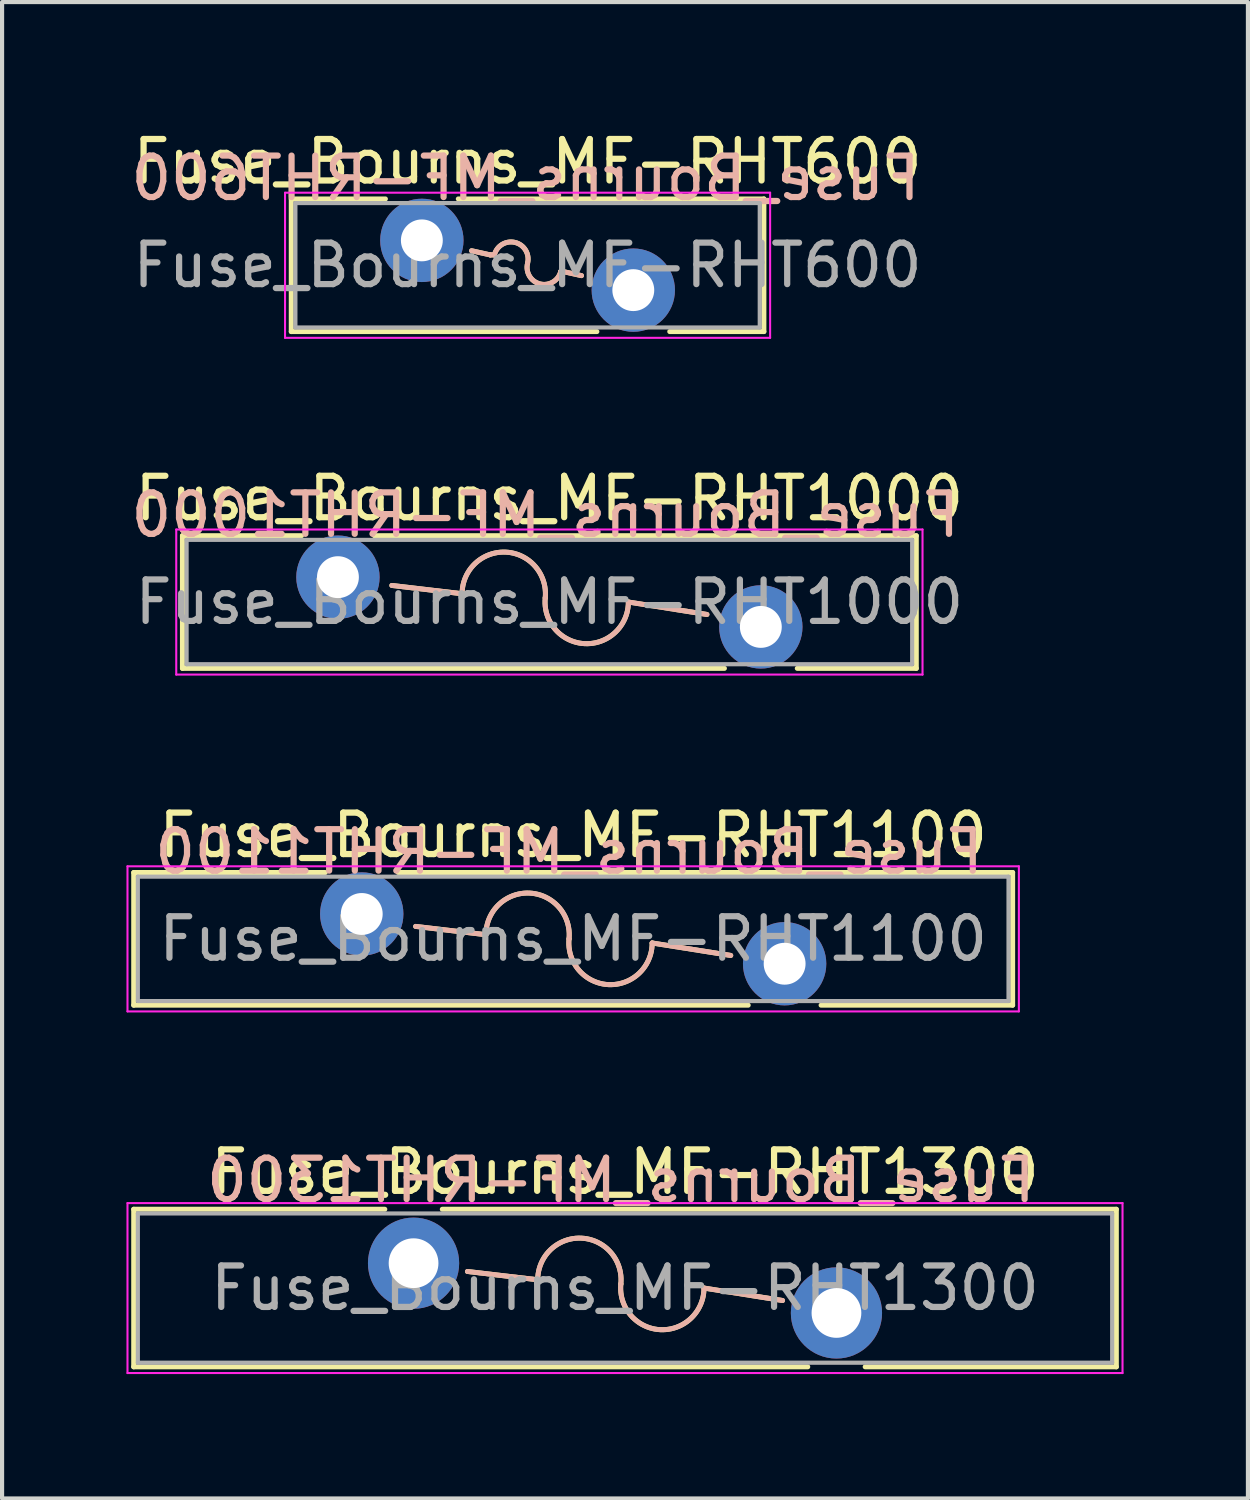
<source format=kicad_pcb>
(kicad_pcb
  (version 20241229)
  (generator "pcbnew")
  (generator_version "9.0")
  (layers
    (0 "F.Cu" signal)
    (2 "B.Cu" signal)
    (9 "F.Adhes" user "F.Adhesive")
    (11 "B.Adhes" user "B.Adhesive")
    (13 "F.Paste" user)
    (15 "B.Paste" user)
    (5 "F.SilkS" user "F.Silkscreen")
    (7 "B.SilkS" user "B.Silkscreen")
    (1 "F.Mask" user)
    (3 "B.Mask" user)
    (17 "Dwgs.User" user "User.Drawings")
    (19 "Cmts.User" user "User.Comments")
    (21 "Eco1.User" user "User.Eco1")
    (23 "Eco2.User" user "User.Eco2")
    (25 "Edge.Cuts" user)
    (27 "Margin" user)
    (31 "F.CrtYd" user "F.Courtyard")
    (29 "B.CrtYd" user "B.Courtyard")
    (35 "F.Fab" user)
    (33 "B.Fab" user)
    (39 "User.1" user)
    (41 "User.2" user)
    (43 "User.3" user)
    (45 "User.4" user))
  (footprint "Fuse_Bourns_MF-RHT1100"
    (layer "F.Cu")
    (at 5.675 18.995)
    (property "Reference" "Fuse_Bourns_MF-RHT1100" (at 5.1 -1.9 0) (layer "F.SilkS") (effects (font (size 1 1) (thickness 0.15))))
    (fp_line (start -5.5 -1) (end -5.5 2.2) (stroke (width 0.12) (type solid)) (layer "F.SilkS"))
    (fp_line (start -5.5 -1) (end -0.879 -1) (stroke (width 0.12) (type solid)) (layer "F.SilkS"))
    (fp_line (start -5.5 2.2) (end 9.322 2.2) (stroke (width 0.12) (type solid)) (layer "F.SilkS"))
    (fp_line (start 0.879 -1) (end 15.7 -1) (stroke (width 0.12) (type solid)) (layer "F.SilkS"))
    (fp_line (start 1.3 0.3) (end 2.995 0.5) (stroke (width 0.12) (type solid)) (layer "F.SilkS"))
    (fp_line (start 7.005 0.7) (end 8.9 1) (stroke (width 0.12) (type solid)) (layer "F.SilkS"))
    (fp_line (start 11.079 2.2) (end 15.7 2.2) (stroke (width 0.12) (type solid)) (layer "F.SilkS"))
    (fp_line (start 15.7 -1) (end 15.7 2.2) (stroke (width 0.12) (type solid)) (layer "F.SilkS"))
    (fp_arc (start 2.995014 0.5) (mid 4.050062 -0.503738) (end 4.999999 0.599999) (stroke (width 0.12) (type solid)) (layer "F.SilkS"))
    (fp_arc (start 7.004986 0.7) (mid 5.949938 1.703738) (end 5.000001 0.600001) (stroke (width 0.12) (type solid)) (layer "F.SilkS"))
    (fp_line (start 1.3 0.3) (end 2.995 0.5) (stroke (width 0.12) (type solid)) (layer "B.SilkS"))
    (fp_line (start 7.005 0.7) (end 8.9 1) (stroke (width 0.12) (type solid)) (layer "B.SilkS"))
    (fp_arc (start 2.995017 0.500001) (mid 4.050058 -0.503639) (end 4.999999 0.599999) (stroke (width 0.12) (type solid)) (layer "B.SilkS"))
    (fp_arc (start 7.004983 0.699999) (mid 5.949942 1.703639) (end 5.000001 0.600001) (stroke (width 0.12) (type solid)) (layer "B.SilkS"))
    (fp_line (start -5.65 -1.15) (end -5.65 2.35) (stroke (width 0.05) (type solid)) (layer "F.CrtYd"))
    (fp_line (start -5.65 2.35) (end 15.85 2.35) (stroke (width 0.05) (type solid)) (layer "F.CrtYd"))
    (fp_line (start 15.85 -1.15) (end -5.65 -1.15) (stroke (width 0.05) (type solid)) (layer "F.CrtYd"))
    (fp_line (start 15.85 2.35) (end 15.85 -1.15) (stroke (width 0.05) (type solid)) (layer "F.CrtYd"))
    (fp_line (start -5.4 -0.9) (end -5.4 2.1) (stroke (width 0.1) (type solid)) (layer "F.Fab"))
    (fp_line (start -5.4 2.1) (end 15.6 2.1) (stroke (width 0.1) (type solid)) (layer "F.Fab"))
    (fp_line (start 15.6 -0.9) (end -5.4 -0.9) (stroke (width 0.1) (type solid)) (layer "F.Fab"))
    (fp_line (start 15.6 2.1) (end 15.6 -0.9) (stroke (width 0.1) (type solid)) (layer "F.Fab"))
    (fp_text user "${REFERENCE}" (at 5 -1.5 0) (layer "B.SilkS") (effects (font (size 1 1) (thickness 0.15)) (justify mirror)))
    (fp_text user "${REFERENCE}" (at 5.1 0.6 0) (layer "F.Fab") (effects (font (size 1 1) (thickness 0.15))))
    (pad "1" thru_hole circle (at 0 0) (size 2.01 2.01) (drill 1.01) (layers "*.Cu" "*.Mask"))
    (pad "2" thru_hole circle (at 10.2 1.2) (size 2.01 2.01) (drill 1.01) (layers "*.Cu" "*.Mask")))
  (footprint "Fuse_Bourns_MF-RHT1000"
    (layer "F.Cu")
    (at 5.101 10.871)
    (property "Reference" "Fuse_Bourns_MF-RHT1000" (at 5.1 -1.9 0) (layer "F.SilkS") (effects (font (size 1 1) (thickness 0.15))))
    (fp_line (start -3.751 -1) (end -3.751 2.2) (stroke (width 0.12) (type solid)) (layer "F.SilkS"))
    (fp_line (start -3.751 -1) (end -0.879 -1) (stroke (width 0.12) (type solid)) (layer "F.SilkS"))
    (fp_line (start -3.751 2.2) (end 9.322 2.2) (stroke (width 0.12) (type solid)) (layer "F.SilkS"))
    (fp_line (start 0.879 -1) (end 13.95 -1) (stroke (width 0.12) (type solid)) (layer "F.SilkS"))
    (fp_line (start 1.3 0.2) (end 2.995 0.4) (stroke (width 0.12) (type solid)) (layer "F.SilkS"))
    (fp_line (start 7.005 0.6) (end 8.9 0.9) (stroke (width 0.12) (type solid)) (layer "F.SilkS"))
    (fp_line (start 11.079 2.2) (end 13.95 2.2) (stroke (width 0.12) (type solid)) (layer "F.SilkS"))
    (fp_line (start 13.95 -1) (end 13.95 2.2) (stroke (width 0.12) (type solid)) (layer "F.SilkS"))
    (fp_arc (start 2.995014 0.4) (mid 4.050062 -0.603738) (end 4.999999 0.499999) (stroke (width 0.12) (type solid)) (layer "F.SilkS"))
    (fp_arc (start 7.004986 0.6) (mid 5.949938 1.603738) (end 5.000001 0.500001) (stroke (width 0.12) (type solid)) (layer "F.SilkS"))
    (fp_line (start 1.3 0.2) (end 2.995 0.4) (stroke (width 0.12) (type solid)) (layer "B.SilkS"))
    (fp_line (start 7.005 0.6) (end 8.9 0.9) (stroke (width 0.12) (type solid)) (layer "B.SilkS"))
    (fp_arc (start 2.995017 0.400001) (mid 4.050058 -0.603639) (end 4.999999 0.499999) (stroke (width 0.12) (type solid)) (layer "B.SilkS"))
    (fp_arc (start 7.004983 0.599999) (mid 5.949942 1.603639) (end 5.000001 0.500001) (stroke (width 0.12) (type solid)) (layer "B.SilkS"))
    (fp_line (start -3.9 -1.15) (end -3.9 2.35) (stroke (width 0.05) (type solid)) (layer "F.CrtYd"))
    (fp_line (start -3.9 2.35) (end 14.1 2.35) (stroke (width 0.05) (type solid)) (layer "F.CrtYd"))
    (fp_line (start 14.1 -1.15) (end -3.9 -1.15) (stroke (width 0.05) (type solid)) (layer "F.CrtYd"))
    (fp_line (start 14.1 2.35) (end 14.1 -1.15) (stroke (width 0.05) (type solid)) (layer "F.CrtYd"))
    (fp_line (start -3.65 -0.9) (end -3.65 2.1) (stroke (width 0.1) (type solid)) (layer "F.Fab"))
    (fp_line (start -3.65 2.1) (end 13.85 2.1) (stroke (width 0.1) (type solid)) (layer "F.Fab"))
    (fp_line (start 13.85 -0.9) (end -3.65 -0.9) (stroke (width 0.1) (type solid)) (layer "F.Fab"))
    (fp_line (start 13.85 2.1) (end 13.85 -0.9) (stroke (width 0.1) (type solid)) (layer "F.Fab"))
    (fp_text user "${REFERENCE}" (at 5 -1.5 0) (layer "B.SilkS") (effects (font (size 1 1) (thickness 0.15)) (justify mirror)))
    (fp_text user "${REFERENCE}" (at 5.1 0.6 0) (layer "F.Fab") (effects (font (size 1 1) (thickness 0.15))))
    (pad "1" thru_hole circle (at 0 0) (size 2.01 2.01) (drill 1.01) (layers "*.Cu" "*.Mask"))
    (pad "2" thru_hole circle (at 10.2 1.2) (size 2.01 2.01) (drill 1.01) (layers "*.Cu" "*.Mask")))
  (footprint "Fuse_Bourns_MF-RHT1300"
    (layer "F.Cu")
    (at 6.925 27.418)
    (property "Reference" "Fuse_Bourns_MF-RHT1300" (at 5.1 -2.2 0) (layer "F.SilkS") (effects (font (size 1 1) (thickness 0.15))))
    (fp_line (start -6.75 -1.301) (end -6.75 2.5) (stroke (width 0.12) (type solid)) (layer "F.SilkS"))
    (fp_line (start -6.75 -1.301) (end -0.693 -1.301) (stroke (width 0.12) (type solid)) (layer "F.SilkS"))
    (fp_line (start -6.75 2.5) (end 9.508 2.5) (stroke (width 0.12) (type solid)) (layer "F.SilkS"))
    (fp_line (start 0.693 -1.301) (end 16.951 -1.301) (stroke (width 0.12) (type solid)) (layer "F.SilkS"))
    (fp_line (start 1.3 0.2) (end 2.995 0.4) (stroke (width 0.12) (type solid)) (layer "F.SilkS"))
    (fp_line (start 7.005 0.6) (end 8.9 0.9) (stroke (width 0.12) (type solid)) (layer "F.SilkS"))
    (fp_line (start 10.893 2.5) (end 16.951 2.5) (stroke (width 0.12) (type solid)) (layer "F.SilkS"))
    (fp_line (start 16.951 -1.301) (end 16.951 2.5) (stroke (width 0.12) (type solid)) (layer "F.SilkS"))
    (fp_arc (start 2.995014 0.4) (mid 4.050062 -0.603738) (end 4.999999 0.499999) (stroke (width 0.12) (type solid)) (layer "F.SilkS"))
    (fp_arc (start 7.004986 0.6) (mid 5.949938 1.603738) (end 5.000001 0.500001) (stroke (width 0.12) (type solid)) (layer "F.SilkS"))
    (fp_line (start 1.3 0.2) (end 2.995 0.4) (stroke (width 0.12) (type solid)) (layer "B.SilkS"))
    (fp_line (start 7.005 0.6) (end 8.9 0.9) (stroke (width 0.12) (type solid)) (layer "B.SilkS"))
    (fp_arc (start 2.995017 0.400001) (mid 4.050058 -0.603639) (end 4.999999 0.499999) (stroke (width 0.12) (type solid)) (layer "B.SilkS"))
    (fp_arc (start 7.004983 0.599999) (mid 5.949942 1.603639) (end 5.000001 0.500001) (stroke (width 0.12) (type solid)) (layer "B.SilkS"))
    (fp_line (start -6.9 -1.45) (end -6.9 2.65) (stroke (width 0.05) (type solid)) (layer "F.CrtYd"))
    (fp_line (start -6.9 2.65) (end 17.1 2.65) (stroke (width 0.05) (type solid)) (layer "F.CrtYd"))
    (fp_line (start 17.1 -1.45) (end -6.9 -1.45) (stroke (width 0.05) (type solid)) (layer "F.CrtYd"))
    (fp_line (start 17.1 2.65) (end 17.1 -1.45) (stroke (width 0.05) (type solid)) (layer "F.CrtYd"))
    (fp_line (start -6.65 -1.2) (end -6.65 2.4) (stroke (width 0.1) (type solid)) (layer "F.Fab"))
    (fp_line (start -6.65 2.4) (end 16.85 2.4) (stroke (width 0.1) (type solid)) (layer "F.Fab"))
    (fp_line (start 16.85 -1.2) (end -6.65 -1.2) (stroke (width 0.1) (type solid)) (layer "F.Fab"))
    (fp_line (start 16.85 2.4) (end 16.85 -1.2) (stroke (width 0.1) (type solid)) (layer "F.Fab"))
    (fp_text user "${REFERENCE}" (at 5 -2 0) (layer "B.SilkS") (effects (font (size 1 1) (thickness 0.15)) (justify mirror)))
    (fp_text user "${REFERENCE}" (at 5.1 0.6 0) (layer "F.Fab") (effects (font (size 1 1) (thickness 0.15))))
    (pad "1" thru_hole circle (at 0 0) (size 2.2 2.2) (drill 1.2) (layers "*.Cu" "*.Mask"))
    (pad "2" thru_hole circle (at 10.2 1.2) (size 2.2 2.2) (drill 1.2) (layers "*.Cu" "*.Mask")))
  (footprint "Fuse_Bourns_MF-RHT600"
    (layer "F.Cu")
    (at 7.125 2.748)
    (property "Reference" "Fuse_Bourns_MF-RHT600" (at 2.55 -1.9 0) (layer "F.SilkS") (effects (font (size 1 1) (thickness 0.15))))
    (fp_line (start -3.15 -1) (end -3.15 2.2) (stroke (width 0.12) (type solid)) (layer "F.SilkS"))
    (fp_line (start -3.15 -1) (end -0.879 -1) (stroke (width 0.12) (type solid)) (layer "F.SilkS"))
    (fp_line (start -3.15 2.2) (end 4.222 2.2) (stroke (width 0.12) (type solid)) (layer "F.SilkS"))
    (fp_line (start 0.879 -1) (end 8.25 -1) (stroke (width 0.12) (type solid)) (layer "F.SilkS"))
    (fp_line (start 1.2 0.25) (end 1.65 0.35) (stroke (width 0.12) (type solid)) (layer "F.SilkS"))
    (fp_line (start 1.75 0.35) (end 1.65 0.35) (stroke (width 0.12) (type solid)) (layer "F.SilkS"))
    (fp_line (start 3.35 0.75) (end 3.4 0.75) (stroke (width 0.12) (type solid)) (layer "F.SilkS"))
    (fp_line (start 3.4 0.75) (end 3.85 0.85) (stroke (width 0.12) (type solid)) (layer "F.SilkS"))
    (fp_line (start 5.979 2.2) (end 8.25 2.2) (stroke (width 0.12) (type solid)) (layer "F.SilkS"))
    (fp_line (start 8.25 -1) (end 8.25 2.2) (stroke (width 0.12) (type solid)) (layer "F.SilkS"))
    (fp_arc (start 1.750001 0.350001) (mid 2.249999 0.050001) (end 2.549999 0.549999) (stroke (width 0.12) (type solid)) (layer "F.SilkS"))
    (fp_arc (start 3.349999 0.749999) (mid 2.850001 1.049999) (end 2.550001 0.550001) (stroke (width 0.12) (type solid)) (layer "F.SilkS"))
    (fp_line (start 1.2 0.25) (end 1.65 0.35) (stroke (width 0.12) (type solid)) (layer "B.SilkS"))
    (fp_line (start 1.75 0.35) (end 1.65 0.35) (stroke (width 0.12) (type solid)) (layer "B.SilkS"))
    (fp_line (start 3.35 0.75) (end 3.4 0.75) (stroke (width 0.12) (type solid)) (layer "B.SilkS"))
    (fp_line (start 3.4 0.75) (end 3.85 0.85) (stroke (width 0.12) (type solid)) (layer "B.SilkS"))
    (fp_arc (start 1.750001 0.350001) (mid 2.249999 0.050001) (end 2.549999 0.549999) (stroke (width 0.12) (type solid)) (layer "B.SilkS"))
    (fp_arc (start 3.349999 0.749999) (mid 2.850001 1.049999) (end 2.550001 0.550001) (stroke (width 0.12) (type solid)) (layer "B.SilkS"))
    (fp_line (start -3.3 -1.15) (end -3.3 2.35) (stroke (width 0.05) (type solid)) (layer "F.CrtYd"))
    (fp_line (start -3.3 2.35) (end 8.4 2.35) (stroke (width 0.05) (type solid)) (layer "F.CrtYd"))
    (fp_line (start 8.4 -1.15) (end -3.3 -1.15) (stroke (width 0.05) (type solid)) (layer "F.CrtYd"))
    (fp_line (start 8.4 2.35) (end 8.4 -1.15) (stroke (width 0.05) (type solid)) (layer "F.CrtYd"))
    (fp_line (start -3.05 -0.9) (end -3.05 2.1) (stroke (width 0.1) (type solid)) (layer "F.Fab"))
    (fp_line (start -3.05 2.1) (end 8.15 2.1) (stroke (width 0.1) (type solid)) (layer "F.Fab"))
    (fp_line (start 8.15 -0.9) (end -3.05 -0.9) (stroke (width 0.1) (type solid)) (layer "F.Fab"))
    (fp_line (start 8.15 2.1) (end 8.15 -0.9) (stroke (width 0.1) (type solid)) (layer "F.Fab"))
    (fp_text user "${REFERENCE}" (at 2.5 -1.5 0) (layer "B.SilkS") (effects (font (size 1 1) (thickness 0.15)) (justify mirror)))
    (fp_text user "${REFERENCE}" (at 2.55 0.6 0) (layer "F.Fab") (effects (font (size 1 1) (thickness 0.15))))
    (pad "1" thru_hole circle (at 0 0) (size 2.01 2.01) (drill 1.01) (layers "*.Cu" "*.Mask"))
    (pad "2" thru_hole circle (at 5.1 1.2) (size 2.01 2.01) (drill 1.01) (layers "*.Cu" "*.Mask")))
  (gr_rect
    (start -3 -3)
    (end 27.05 33.093)
    (stroke (width 0.1) (type default))
    (fill no)
    (layer "Edge.Cuts")))
</source>
